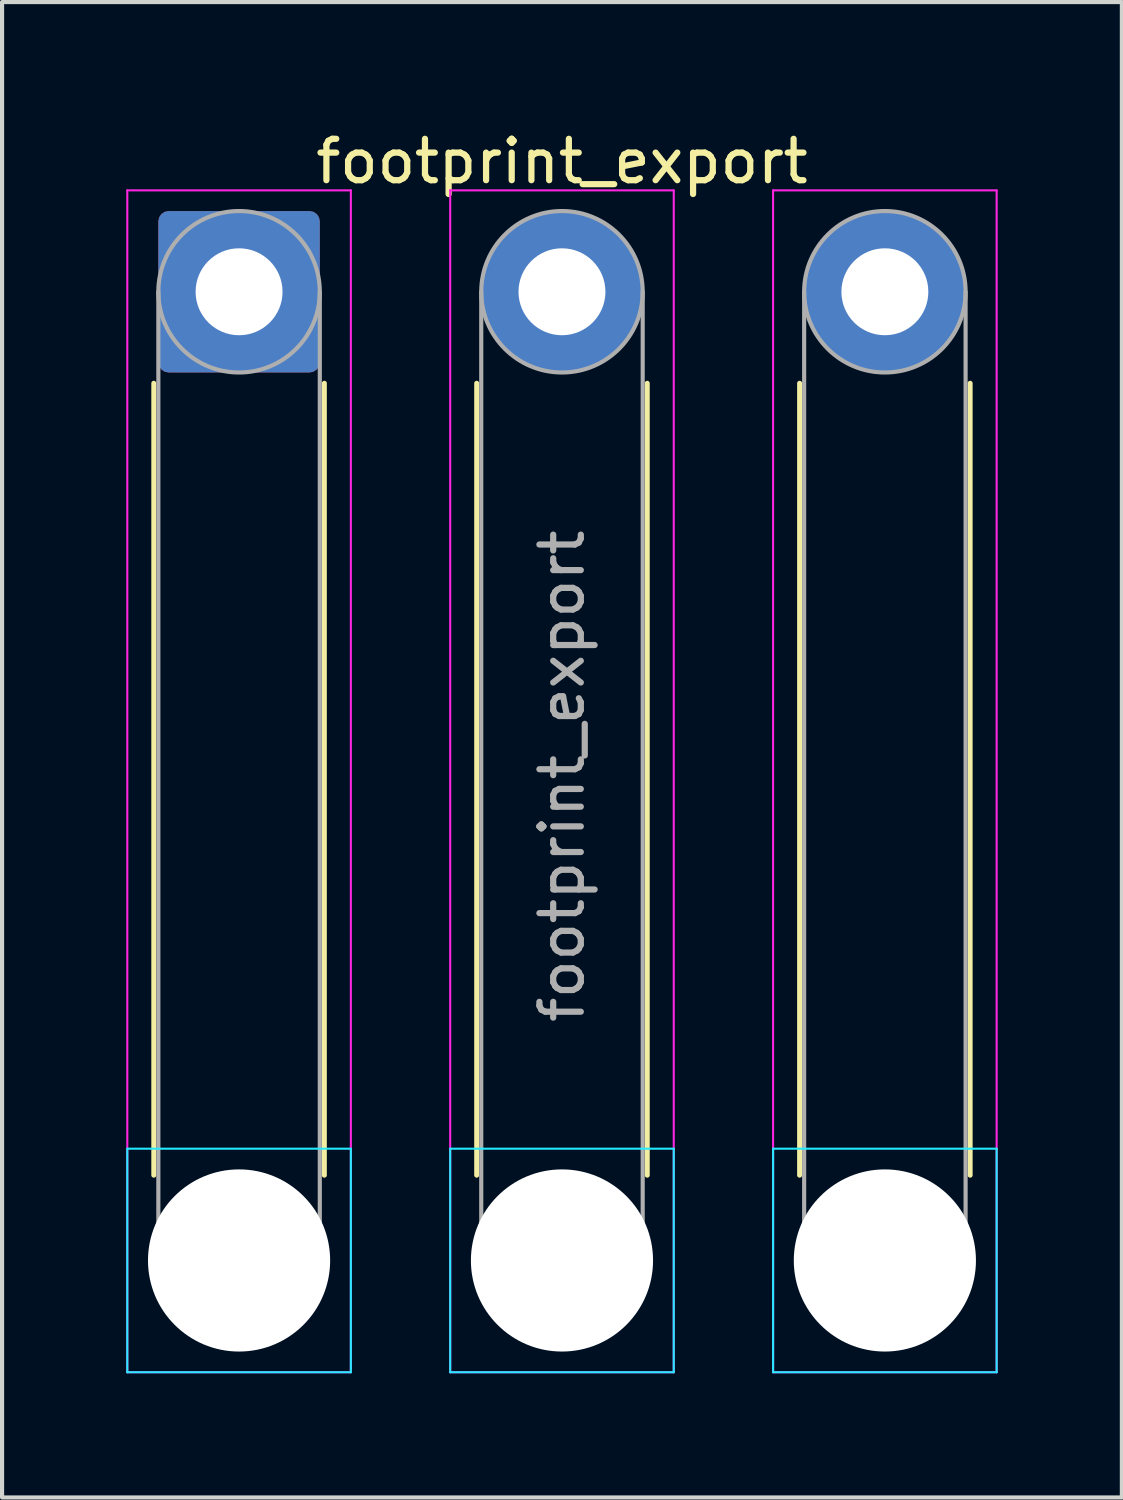
<source format=kicad_pcb>
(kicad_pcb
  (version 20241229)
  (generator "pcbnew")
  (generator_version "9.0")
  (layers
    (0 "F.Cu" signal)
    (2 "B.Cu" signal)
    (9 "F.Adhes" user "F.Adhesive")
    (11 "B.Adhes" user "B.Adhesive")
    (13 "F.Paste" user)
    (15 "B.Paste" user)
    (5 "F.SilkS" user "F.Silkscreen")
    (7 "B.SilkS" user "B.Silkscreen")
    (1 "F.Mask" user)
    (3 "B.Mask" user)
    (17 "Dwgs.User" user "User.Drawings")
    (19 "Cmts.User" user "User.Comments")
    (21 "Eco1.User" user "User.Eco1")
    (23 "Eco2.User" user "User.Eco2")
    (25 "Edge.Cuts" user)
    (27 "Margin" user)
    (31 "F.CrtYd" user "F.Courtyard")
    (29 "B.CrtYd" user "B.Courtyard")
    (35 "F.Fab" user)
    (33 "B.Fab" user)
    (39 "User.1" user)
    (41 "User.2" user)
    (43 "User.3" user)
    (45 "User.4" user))
  (footprint "footprint_export"
    (layer "F.Cu")
    (at 2.725 3.998)
    (property "Reference" "footprint_export" (at 7.8 -3.15 0) (layer "F.SilkS") (effects (font (size 1 1) (thickness 0.15))))
    (attr exclude_from_pos_files exclude_from_bom)
    (fp_line (start -2.06 2.21) (end -2.06 21.34) (stroke (width 0.12) (type solid)) (layer "F.SilkS"))
    (fp_line (start 2.06 2.21) (end 2.06 21.34) (stroke (width 0.12) (type solid)) (layer "F.SilkS"))
    (fp_line (start 5.74 2.21) (end 5.74 21.34) (stroke (width 0.12) (type solid)) (layer "F.SilkS"))
    (fp_line (start 9.86 2.21) (end 9.86 21.34) (stroke (width 0.12) (type solid)) (layer "F.SilkS"))
    (fp_line (start 13.54 2.21) (end 13.54 21.34) (stroke (width 0.12) (type solid)) (layer "F.SilkS"))
    (fp_line (start 17.66 2.21) (end 17.66 21.34) (stroke (width 0.12) (type solid)) (layer "F.SilkS"))
    (fp_line (start -2.7 20.7) (end -2.7 26.1) (stroke (width 0.05) (type solid)) (layer "B.CrtYd"))
    (fp_line (start -2.7 26.1) (end 2.7 26.1) (stroke (width 0.05) (type solid)) (layer "B.CrtYd"))
    (fp_line (start 2.7 20.7) (end -2.7 20.7) (stroke (width 0.05) (type solid)) (layer "B.CrtYd"))
    (fp_line (start 2.7 26.1) (end 2.7 20.7) (stroke (width 0.05) (type solid)) (layer "B.CrtYd"))
    (fp_line (start 5.1 20.7) (end 5.1 26.1) (stroke (width 0.05) (type solid)) (layer "B.CrtYd"))
    (fp_line (start 5.1 26.1) (end 10.5 26.1) (stroke (width 0.05) (type solid)) (layer "B.CrtYd"))
    (fp_line (start 10.5 20.7) (end 5.1 20.7) (stroke (width 0.05) (type solid)) (layer "B.CrtYd"))
    (fp_line (start 10.5 26.1) (end 10.5 20.7) (stroke (width 0.05) (type solid)) (layer "B.CrtYd"))
    (fp_line (start 12.9 20.7) (end 12.9 26.1) (stroke (width 0.05) (type solid)) (layer "B.CrtYd"))
    (fp_line (start 12.9 26.1) (end 18.3 26.1) (stroke (width 0.05) (type solid)) (layer "B.CrtYd"))
    (fp_line (start 18.3 20.7) (end 12.9 20.7) (stroke (width 0.05) (type solid)) (layer "B.CrtYd"))
    (fp_line (start 18.3 26.1) (end 18.3 20.7) (stroke (width 0.05) (type solid)) (layer "B.CrtYd"))
    (fp_line (start -2.7 -2.45) (end -2.7 26.1) (stroke (width 0.05) (type solid)) (layer "F.CrtYd"))
    (fp_line (start -2.7 26.1) (end 2.7 26.1) (stroke (width 0.05) (type solid)) (layer "F.CrtYd"))
    (fp_line (start 2.7 -2.45) (end -2.7 -2.45) (stroke (width 0.05) (type solid)) (layer "F.CrtYd"))
    (fp_line (start 2.7 26.1) (end 2.7 -2.45) (stroke (width 0.05) (type solid)) (layer "F.CrtYd"))
    (fp_line (start 5.1 -2.45) (end 5.1 26.1) (stroke (width 0.05) (type solid)) (layer "F.CrtYd"))
    (fp_line (start 5.1 26.1) (end 10.5 26.1) (stroke (width 0.05) (type solid)) (layer "F.CrtYd"))
    (fp_line (start 10.5 -2.45) (end 5.1 -2.45) (stroke (width 0.05) (type solid)) (layer "F.CrtYd"))
    (fp_line (start 10.5 26.1) (end 10.5 -2.45) (stroke (width 0.05) (type solid)) (layer "F.CrtYd"))
    (fp_line (start 12.9 -2.45) (end 12.9 26.1) (stroke (width 0.05) (type solid)) (layer "F.CrtYd"))
    (fp_line (start 12.9 26.1) (end 18.3 26.1) (stroke (width 0.05) (type solid)) (layer "F.CrtYd"))
    (fp_line (start 18.3 -2.45) (end 12.9 -2.45) (stroke (width 0.05) (type solid)) (layer "F.CrtYd"))
    (fp_line (start 18.3 26.1) (end 18.3 -2.45) (stroke (width 0.05) (type solid)) (layer "F.CrtYd"))
    (fp_line (start -1.95 0) (end -1.95 23.4) (stroke (width 0.1) (type solid)) (layer "F.Fab"))
    (fp_line (start 1.95 0) (end 1.95 23.4) (stroke (width 0.1) (type solid)) (layer "F.Fab"))
    (fp_line (start 5.85 0) (end 5.85 23.4) (stroke (width 0.1) (type solid)) (layer "F.Fab"))
    (fp_line (start 9.75 0) (end 9.75 23.4) (stroke (width 0.1) (type solid)) (layer "F.Fab"))
    (fp_line (start 13.65 0) (end 13.65 23.4) (stroke (width 0.1) (type solid)) (layer "F.Fab"))
    (fp_line (start 17.55 0) (end 17.55 23.4) (stroke (width 0.1) (type solid)) (layer "F.Fab"))
    (fp_circle (center 0 0) (end 1.95 0) (stroke (width 0.1) (type solid)) (fill no) (layer "F.Fab"))
    (fp_circle (center 0 23.4) (end 1.95 23.4) (stroke (width 0.1) (type solid)) (fill no) (layer "F.Fab"))
    (fp_circle (center 7.8 0) (end 9.75 0) (stroke (width 0.1) (type solid)) (fill no) (layer "F.Fab"))
    (fp_circle (center 7.8 23.4) (end 9.75 23.4) (stroke (width 0.1) (type solid)) (fill no) (layer "F.Fab"))
    (fp_circle (center 15.6 0) (end 17.55 0) (stroke (width 0.1) (type solid)) (fill no) (layer "F.Fab"))
    (fp_circle (center 15.6 23.4) (end 17.55 23.4) (stroke (width 0.1) (type solid)) (fill no) (layer "F.Fab"))
    (fp_text user "${REFERENCE}" (at 7.8 11.7 90) (layer "F.Fab") (effects (font (size 1 1) (thickness 0.15))))
    (pad "" np_thru_hole circle (at 0 23.4) (size 4.4 4.4) (drill 4.4) (layers "*.Cu" "*.Mask"))
    (pad "" np_thru_hole circle (at 7.8 23.4) (size 4.4 4.4) (drill 4.4) (layers "*.Cu" "*.Mask"))
    (pad "" np_thru_hole circle (at 15.6 23.4) (size 4.4 4.4) (drill 4.4) (layers "*.Cu" "*.Mask"))
    (pad "1" thru_hole roundrect (at 0 0) (size 3.9 3.9) (drill 2.1) (layers "*.Cu" "*.Mask") (roundrect_rratio 0.064))
    (pad "2" thru_hole circle (at 7.8 0) (size 3.9 3.9) (drill 2.1) (layers "*.Cu" "*.Mask"))
    (pad "3" thru_hole circle (at 15.6 0) (size 3.9 3.9) (drill 2.1) (layers "*.Cu" "*.Mask")))
  (gr_rect
    (start -3 -3)
    (end 24.05 33.123)
    (stroke (width 0.1) (type default))
    (fill no)
    (layer "Edge.Cuts")))
</source>
